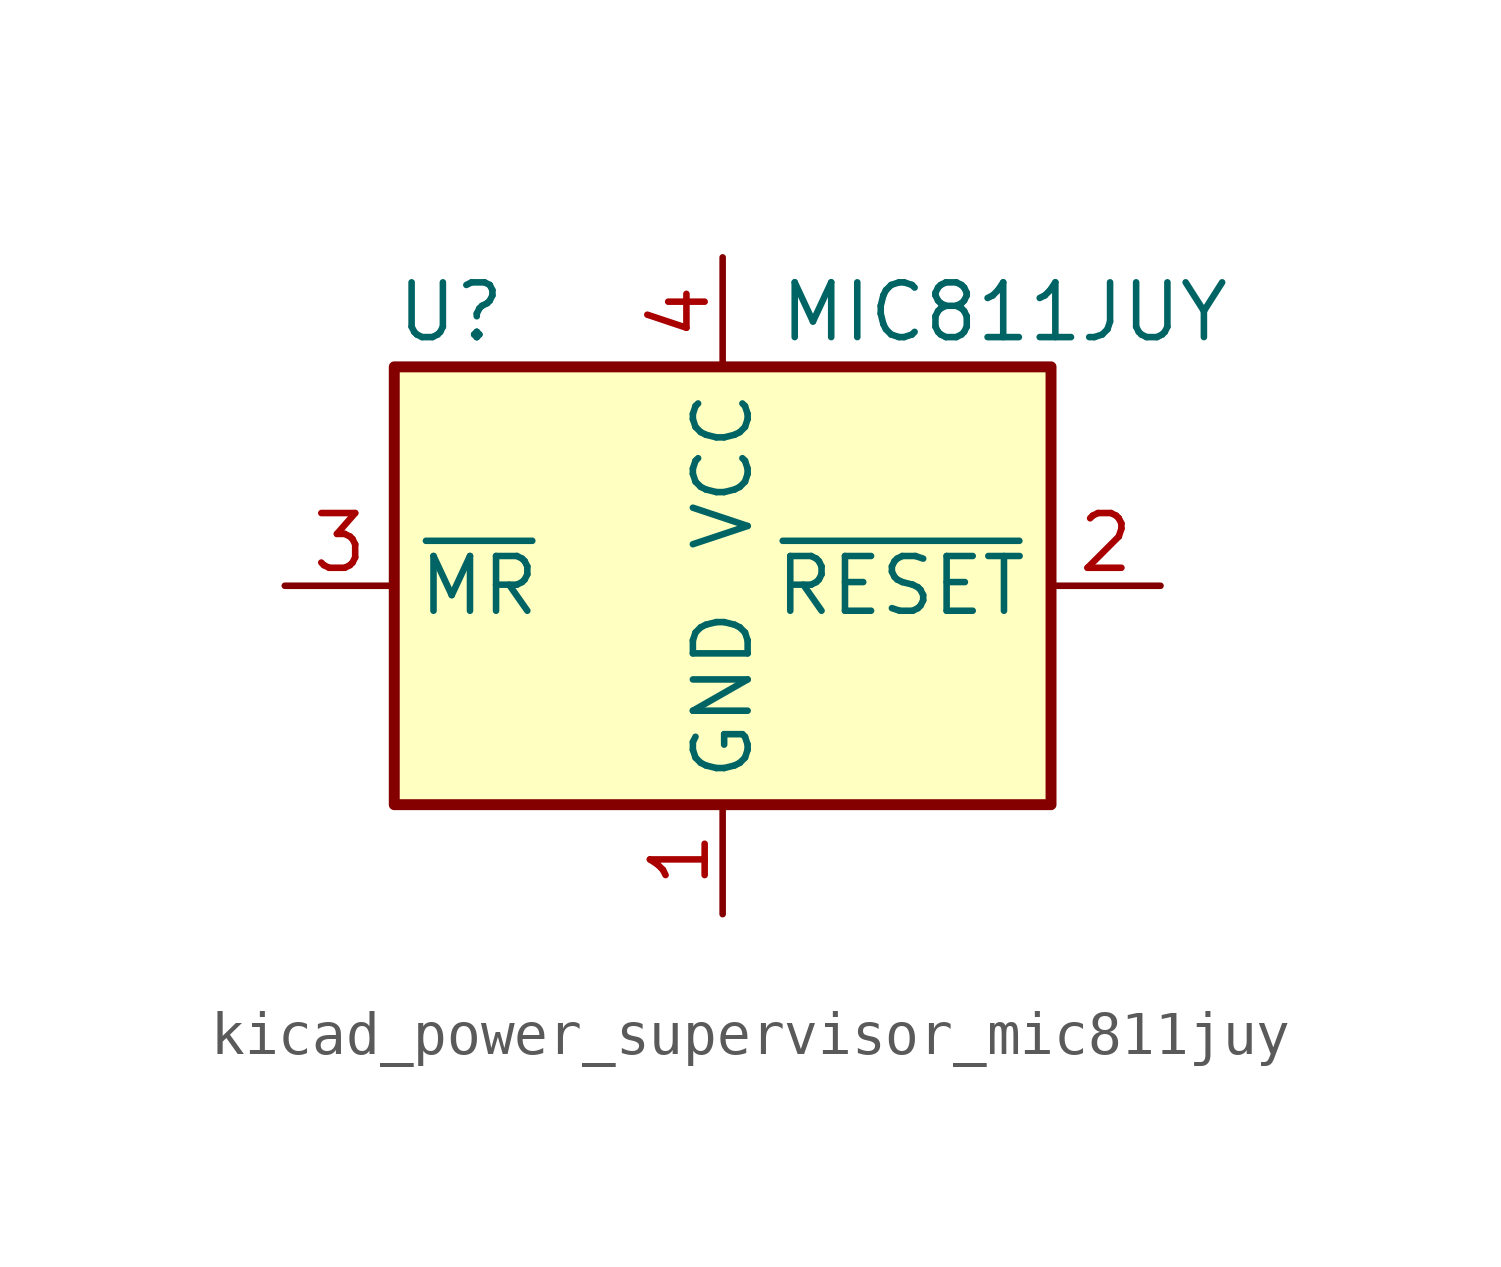
<source format=kicad_sym>
(kicad_symbol_lib
  (version 20220914)
  (generator kicad_symbol_editor)
  (symbol "kicad_power_supervisor_mic811juy"
    (property "Reference" "U"
      (at -7.62 6.35 0)
      (effects (font (size 1.27 1.27)) (justify left)))
    (property "Value" "MIC811JUY"
      (at 1.27 6.35 0)
      (effects (font (size 1.27 1.27)) (justify left)))
    (symbol "kicad_power_supervisor_mic811juy_0_1"
      (rectangle (start -7.62 5.08) (end 7.62 -5.08) (stroke (width 0.254) (type default)) (fill (type background))))
    (symbol "kicad_power_supervisor_mic811juy_1_1"
      (pin power_in line (at 0 -7.62 90) (length 2.54) (name "GND" (effects (font (size 1.27 1.27)))) (number "1" (effects (font (size 1.27 1.27)))))
      (pin output line (at 10.16 0 180) (length 2.54) (name "~{RESET}" (effects (font (size 1.27 1.27)))) (number "2" (effects (font (size 1.27 1.27)))))
      (pin input line (at -10.16 0 0) (length 2.54) (name "~{MR}" (effects (font (size 1.27 1.27)))) (number "3" (effects (font (size 1.27 1.27)))))
      (pin power_in line (at 0 7.62 270) (length 2.54) (name "VCC" (effects (font (size 1.27 1.27)))) (number "4" (effects (font (size 1.27 1.27))))))))
</source>
